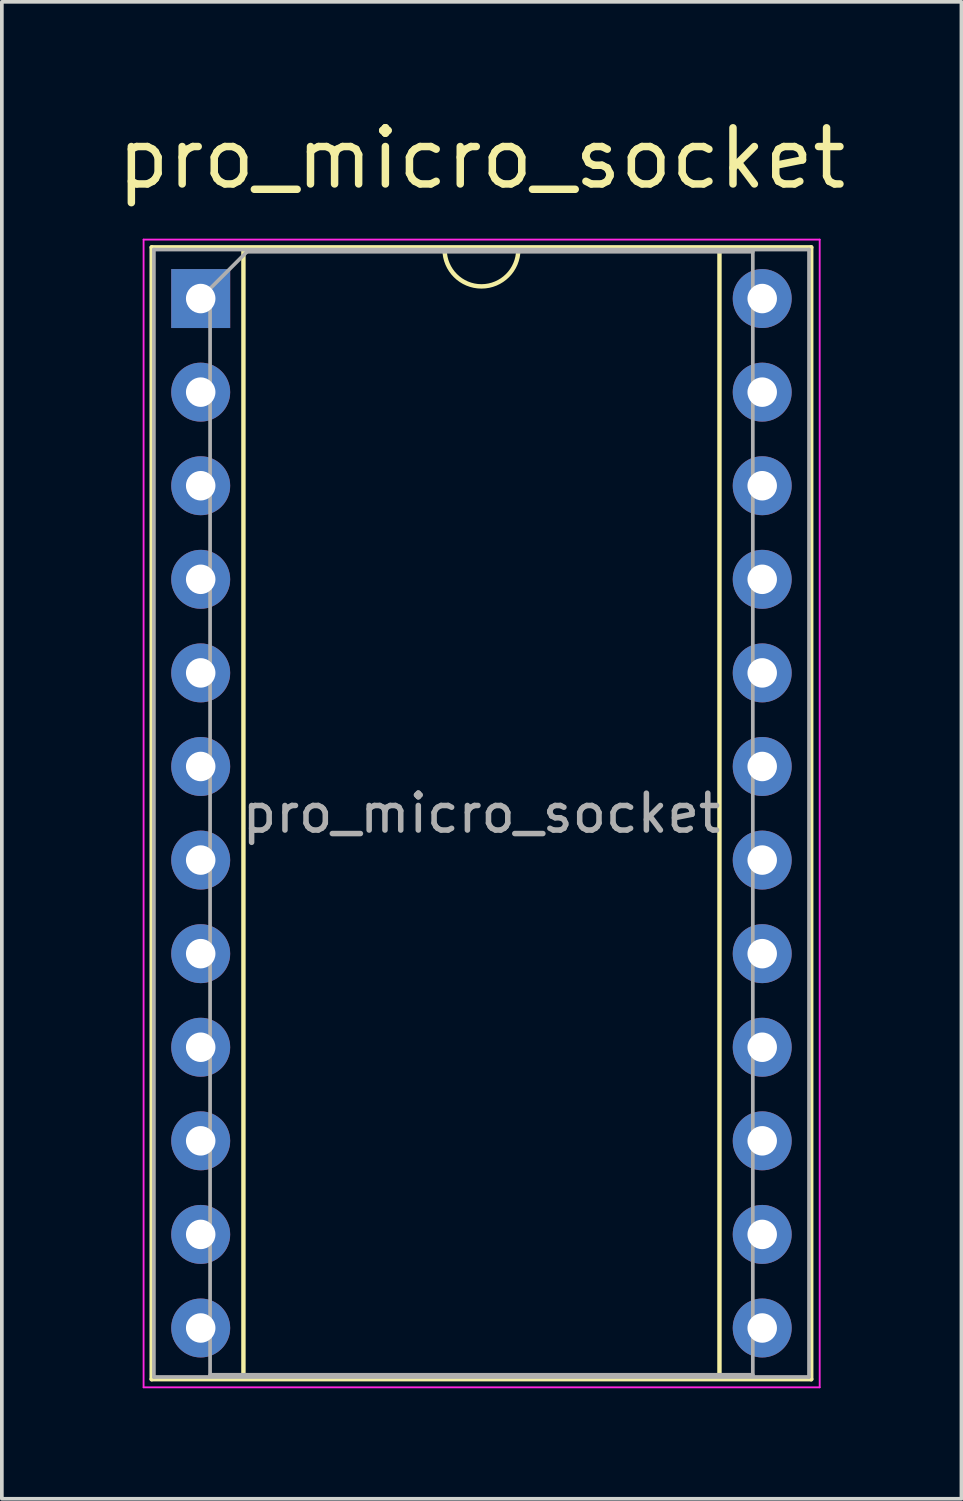
<source format=kicad_pcb>
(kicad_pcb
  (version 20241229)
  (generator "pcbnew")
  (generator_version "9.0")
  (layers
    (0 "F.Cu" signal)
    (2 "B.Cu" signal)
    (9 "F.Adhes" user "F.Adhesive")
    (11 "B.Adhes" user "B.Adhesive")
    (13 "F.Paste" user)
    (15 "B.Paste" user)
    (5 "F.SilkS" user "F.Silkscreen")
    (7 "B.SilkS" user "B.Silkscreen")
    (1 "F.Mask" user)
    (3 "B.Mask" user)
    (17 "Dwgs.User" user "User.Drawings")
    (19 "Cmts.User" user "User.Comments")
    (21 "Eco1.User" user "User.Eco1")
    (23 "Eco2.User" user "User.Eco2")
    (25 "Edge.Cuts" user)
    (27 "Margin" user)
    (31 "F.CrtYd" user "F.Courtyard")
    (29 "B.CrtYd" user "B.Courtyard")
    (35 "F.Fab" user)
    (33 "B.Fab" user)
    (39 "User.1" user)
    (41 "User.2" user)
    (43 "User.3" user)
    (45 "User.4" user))
  (footprint "pro_micro_socket"
    (layer "F.Cu")
    (at 2.397 5.053)
    (property "Reference" "pro_micro_socket" (at 7.625 -3.805 0) (layer "F.SilkS") (effects (font (size 1.524 1.524) (thickness 0.203))))
    (attr through_hole)
    (fp_line (start -1.33 -1.39) (end -1.33 29.33) (stroke (width 0.12) (type solid)) (layer "F.SilkS"))
    (fp_line (start -1.33 29.33) (end 16.57 29.33) (stroke (width 0.12) (type solid)) (layer "F.SilkS"))
    (fp_line (start 1.16 -1.33) (end 1.16 29.27) (stroke (width 0.12) (type solid)) (layer "F.SilkS"))
    (fp_line (start 1.16 29.27) (end 14.08 29.27) (stroke (width 0.12) (type solid)) (layer "F.SilkS"))
    (fp_line (start 6.62 -1.33) (end 1.16 -1.33) (stroke (width 0.12) (type solid)) (layer "F.SilkS"))
    (fp_line (start 14.08 -1.33) (end 8.62 -1.33) (stroke (width 0.12) (type solid)) (layer "F.SilkS"))
    (fp_line (start 14.08 29.27) (end 14.08 -1.33) (stroke (width 0.12) (type solid)) (layer "F.SilkS"))
    (fp_line (start 16.57 -1.39) (end -1.33 -1.39) (stroke (width 0.12) (type solid)) (layer "F.SilkS"))
    (fp_line (start 16.57 29.33) (end 16.57 -1.39) (stroke (width 0.12) (type solid)) (layer "F.SilkS"))
    (fp_arc (start 8.62 -1.33) (mid 7.62 -0.33) (end 6.62 -1.33) (stroke (width 0.12) (type solid)) (layer "F.SilkS"))
    (fp_line (start -1.55 -1.6) (end -1.55 29.55) (stroke (width 0.05) (type solid)) (layer "F.CrtYd"))
    (fp_line (start -1.55 29.55) (end 16.8 29.55) (stroke (width 0.05) (type solid)) (layer "F.CrtYd"))
    (fp_line (start 16.8 -1.6) (end -1.55 -1.6) (stroke (width 0.05) (type solid)) (layer "F.CrtYd"))
    (fp_line (start 16.8 29.55) (end 16.8 -1.6) (stroke (width 0.05) (type solid)) (layer "F.CrtYd"))
    (fp_line (start -1.27 -1.33) (end -1.27 29.27) (stroke (width 0.1) (type solid)) (layer "F.Fab"))
    (fp_line (start -1.27 29.27) (end 16.51 29.27) (stroke (width 0.1) (type solid)) (layer "F.Fab"))
    (fp_line (start 0.255 -0.27) (end 1.255 -1.27) (stroke (width 0.1) (type solid)) (layer "F.Fab"))
    (fp_line (start 0.255 29.21) (end 0.255 -0.27) (stroke (width 0.1) (type solid)) (layer "F.Fab"))
    (fp_line (start 1.255 -1.27) (end 14.985 -1.27) (stroke (width 0.1) (type solid)) (layer "F.Fab"))
    (fp_line (start 14.985 -1.27) (end 14.985 29.21) (stroke (width 0.1) (type solid)) (layer "F.Fab"))
    (fp_line (start 14.985 29.21) (end 0.255 29.21) (stroke (width 0.1) (type solid)) (layer "F.Fab"))
    (fp_line (start 16.51 -1.33) (end -1.27 -1.33) (stroke (width 0.1) (type solid)) (layer "F.Fab"))
    (fp_line (start 16.51 29.27) (end 16.51 -1.33) (stroke (width 0.1) (type solid)) (layer "F.Fab"))
    (fp_text user "${REFERENCE}" (at 7.62 13.97 180) (layer "F.Fab") (effects (font (size 1 1) (thickness 0.15))))
    (pad "1" thru_hole rect (at 0 0) (size 1.6 1.6) (drill 0.8) (layers "*.Cu" "*.Mask"))
    (pad "2" thru_hole oval (at 0 2.54) (size 1.6 1.6) (drill 0.8) (layers "*.Cu" "*.Mask"))
    (pad "3" thru_hole oval (at 0 5.08) (size 1.6 1.6) (drill 0.8) (layers "*.Cu" "*.Mask"))
    (pad "4" thru_hole oval (at 0 7.62) (size 1.6 1.6) (drill 0.8) (layers "*.Cu" "*.Mask"))
    (pad "5" thru_hole oval (at 0 10.16) (size 1.6 1.6) (drill 0.8) (layers "*.Cu" "*.Mask"))
    (pad "6" thru_hole oval (at 0 12.7) (size 1.6 1.6) (drill 0.8) (layers "*.Cu" "*.Mask"))
    (pad "7" thru_hole oval (at 0 15.24) (size 1.6 1.6) (drill 0.8) (layers "*.Cu" "*.Mask"))
    (pad "8" thru_hole oval (at 0 17.78) (size 1.6 1.6) (drill 0.8) (layers "*.Cu" "*.Mask"))
    (pad "9" thru_hole oval (at 0 20.32) (size 1.6 1.6) (drill 0.8) (layers "*.Cu" "*.Mask"))
    (pad "10" thru_hole oval (at 0 22.86) (size 1.6 1.6) (drill 0.8) (layers "*.Cu" "*.Mask"))
    (pad "11" thru_hole oval (at 0 25.4) (size 1.6 1.6) (drill 0.8) (layers "*.Cu" "*.Mask"))
    (pad "12" thru_hole oval (at 0 27.94) (size 1.6 1.6) (drill 0.8) (layers "*.Cu" "*.Mask"))
    (pad "13" thru_hole oval (at 15.24 27.94) (size 1.6 1.6) (drill 0.8) (layers "*.Cu" "*.Mask"))
    (pad "14" thru_hole oval (at 15.24 25.4) (size 1.6 1.6) (drill 0.8) (layers "*.Cu" "*.Mask"))
    (pad "15" thru_hole oval (at 15.24 22.86) (size 1.6 1.6) (drill 0.8) (layers "*.Cu" "*.Mask"))
    (pad "16" thru_hole oval (at 15.24 20.32) (size 1.6 1.6) (drill 0.8) (layers "*.Cu" "*.Mask"))
    (pad "17" thru_hole oval (at 15.24 17.78) (size 1.6 1.6) (drill 0.8) (layers "*.Cu" "*.Mask"))
    (pad "18" thru_hole oval (at 15.24 15.24) (size 1.6 1.6) (drill 0.8) (layers "*.Cu" "*.Mask"))
    (pad "19" thru_hole oval (at 15.24 12.7) (size 1.6 1.6) (drill 0.8) (layers "*.Cu" "*.Mask"))
    (pad "20" thru_hole oval (at 15.24 10.16) (size 1.6 1.6) (drill 0.8) (layers "*.Cu" "*.Mask"))
    (pad "21" thru_hole oval (at 15.24 7.62) (size 1.6 1.6) (drill 0.8) (layers "*.Cu" "*.Mask"))
    (pad "22" thru_hole oval (at 15.24 5.08) (size 1.6 1.6) (drill 0.8) (layers "*.Cu" "*.Mask"))
    (pad "23" thru_hole oval (at 15.24 2.54) (size 1.6 1.6) (drill 0.8) (layers "*.Cu" "*.Mask"))
    (pad "24" thru_hole oval (at 15.24 0) (size 1.6 1.6) (drill 0.8) (layers "*.Cu" "*.Mask")))
  (gr_rect
    (start -3 -3)
    (end 23.044 37.628)
    (stroke (width 0.1) (type default))
    (fill no)
    (layer "Edge.Cuts")))
</source>
